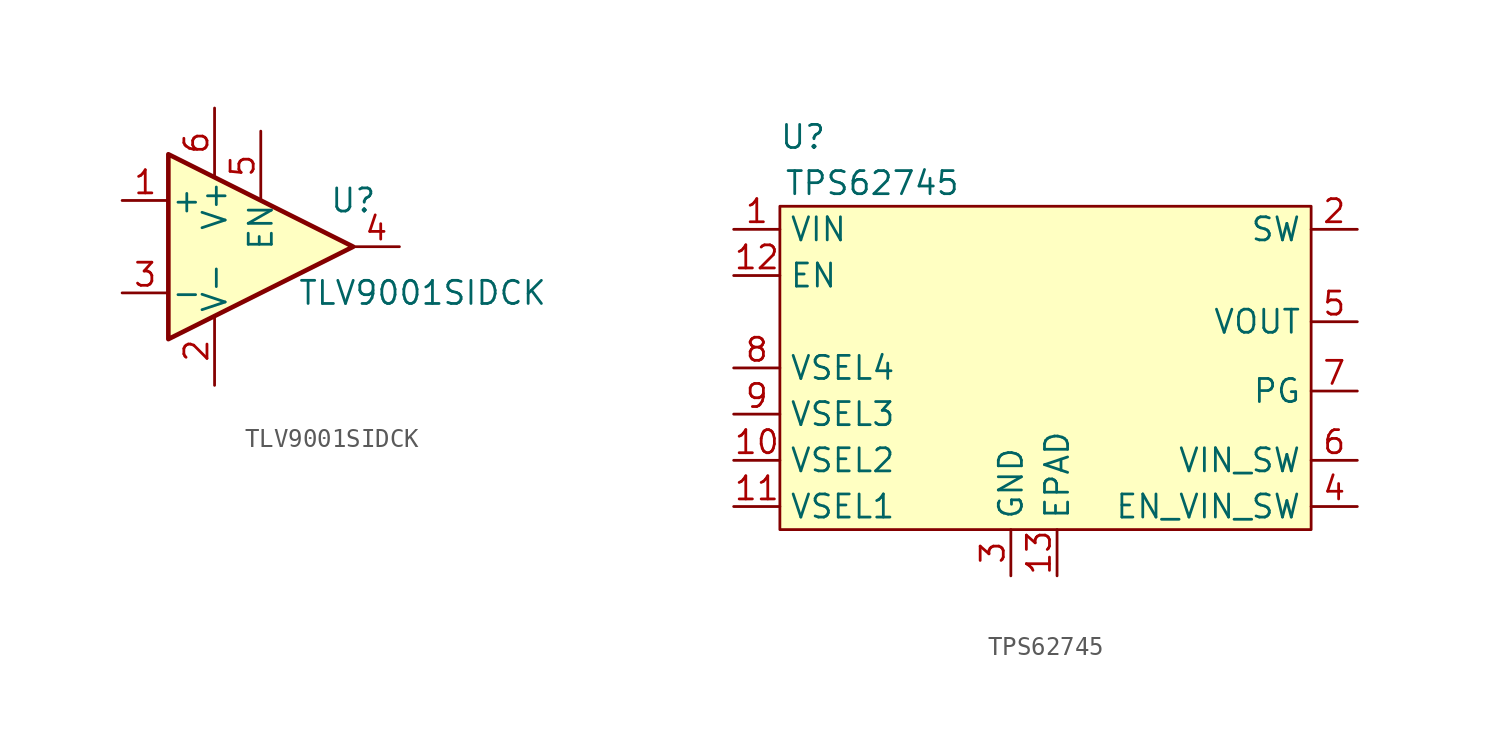
<source format=kicad_sym>
(kicad_symbol_lib
  (version 20211014)
  (generator kicad_symbol_editor)
  (symbol "TLV9001SIDCK"
    (pin_names
      (offset 0.127))
    (property "Reference" "U"
      (at 7.62 2.54 0)
      (effects (font (size 1.27 1.27))))
    (property "Value" "TLV9001SIDCK"
      (at 11.43 -2.54 0)
      (effects (font (size 1.27 1.27))))
    (symbol "TLV9001SIDCK_0_1"
      (polyline (pts (xy -2.54 5.08) (xy -2.54 -5.08) (xy 7.62 0) (xy -2.54 5.08)) (stroke (width 0.254) (type default) (color 0 0 0 0)) (fill (type background))))
    (symbol "TLV9001SIDCK_1_1"
      (pin input line (at -5.08 2.54 0) (length 2.54) (name "+" (effects (font (size 1.27 1.27)))) (number "1" (effects (font (size 1.27 1.27)))))
      (pin power_in line (at 0 -7.62 90) (length 3.81) (name "V-" (effects (font (size 1.27 1.27)))) (number "2" (effects (font (size 1.27 1.27)))))
      (pin input line (at -5.08 -2.54 0) (length 2.54) (name "-" (effects (font (size 1.27 1.27)))) (number "3" (effects (font (size 1.27 1.27)))))
      (pin output line (at 10.16 0 180) (length 2.54) (name "~" (effects (font (size 1.27 1.27)))) (number "4" (effects (font (size 1.27 1.27)))))
      (pin input line (at 2.54 6.35 270) (length 3.81) (name "EN" (effects (font (size 1.27 1.27)))) (number "5" (effects (font (size 1.27 1.27)))))
      (pin power_in line (at 0 7.62 270) (length 3.81) (name "V+" (effects (font (size 1.27 1.27)))) (number "6" (effects (font (size 1.27 1.27)))))))
  (symbol "TPS62745"
    (property "Reference" "U"
      (at 3.81 5.08 0)
      (effects (font (size 1.27 1.27))))
    (property "Value" "TPS62745"
      (at 7.62 2.54 0)
      (effects (font (size 1.27 1.27))))
    (symbol "TPS62745_0_1"
      (rectangle (start 2.54 1.27) (end 31.75 -16.51) (stroke (width 0) (type default) (color 0 0 0 0)) (fill (type background))))
    (symbol "TPS62745_1_1"
      (pin unspecified line (at 0 0 0) (length 2.54) (name "VIN" (effects (font (size 1.27 1.27)))) (number "1" (effects (font (size 1.27 1.27)))))
      (pin unspecified line (at 0 -12.7 0) (length 2.54) (name "VSEL2" (effects (font (size 1.27 1.27)))) (number "10" (effects (font (size 1.27 1.27)))))
      (pin unspecified line (at 0 -15.24 0) (length 2.54) (name "VSEL1" (effects (font (size 1.27 1.27)))) (number "11" (effects (font (size 1.27 1.27)))))
      (pin unspecified line (at 0 -2.54 0) (length 2.54) (name "EN" (effects (font (size 1.27 1.27)))) (number "12" (effects (font (size 1.27 1.27)))))
      (pin unspecified line (at 17.78 -19.05 90) (length 2.54) (name "EPAD" (effects (font (size 1.27 1.27)))) (number "13" (effects (font (size 1.27 1.27)))))
      (pin unspecified line (at 34.29 0 180) (length 2.54) (name "SW" (effects (font (size 1.27 1.27)))) (number "2" (effects (font (size 1.27 1.27)))))
      (pin unspecified line (at 15.24 -19.05 90) (length 2.54) (name "GND" (effects (font (size 1.27 1.27)))) (number "3" (effects (font (size 1.27 1.27)))))
      (pin unspecified line (at 34.29 -15.24 180) (length 2.54) (name "EN_VIN_SW" (effects (font (size 1.27 1.27)))) (number "4" (effects (font (size 1.27 1.27)))))
      (pin unspecified line (at 34.29 -5.08 180) (length 2.54) (name "VOUT" (effects (font (size 1.27 1.27)))) (number "5" (effects (font (size 1.27 1.27)))))
      (pin unspecified line (at 34.29 -12.7 180) (length 2.54) (name "VIN_SW" (effects (font (size 1.27 1.27)))) (number "6" (effects (font (size 1.27 1.27)))))
      (pin unspecified line (at 34.29 -8.89 180) (length 2.54) (name "PG" (effects (font (size 1.27 1.27)))) (number "7" (effects (font (size 1.27 1.27)))))
      (pin unspecified line (at 0 -7.62 0) (length 2.54) (name "VSEL4" (effects (font (size 1.27 1.27)))) (number "8" (effects (font (size 1.27 1.27)))))
      (pin unspecified line (at 0 -10.16 0) (length 2.54) (name "VSEL3" (effects (font (size 1.27 1.27)))) (number "9" (effects (font (size 1.27 1.27))))))))
</source>
